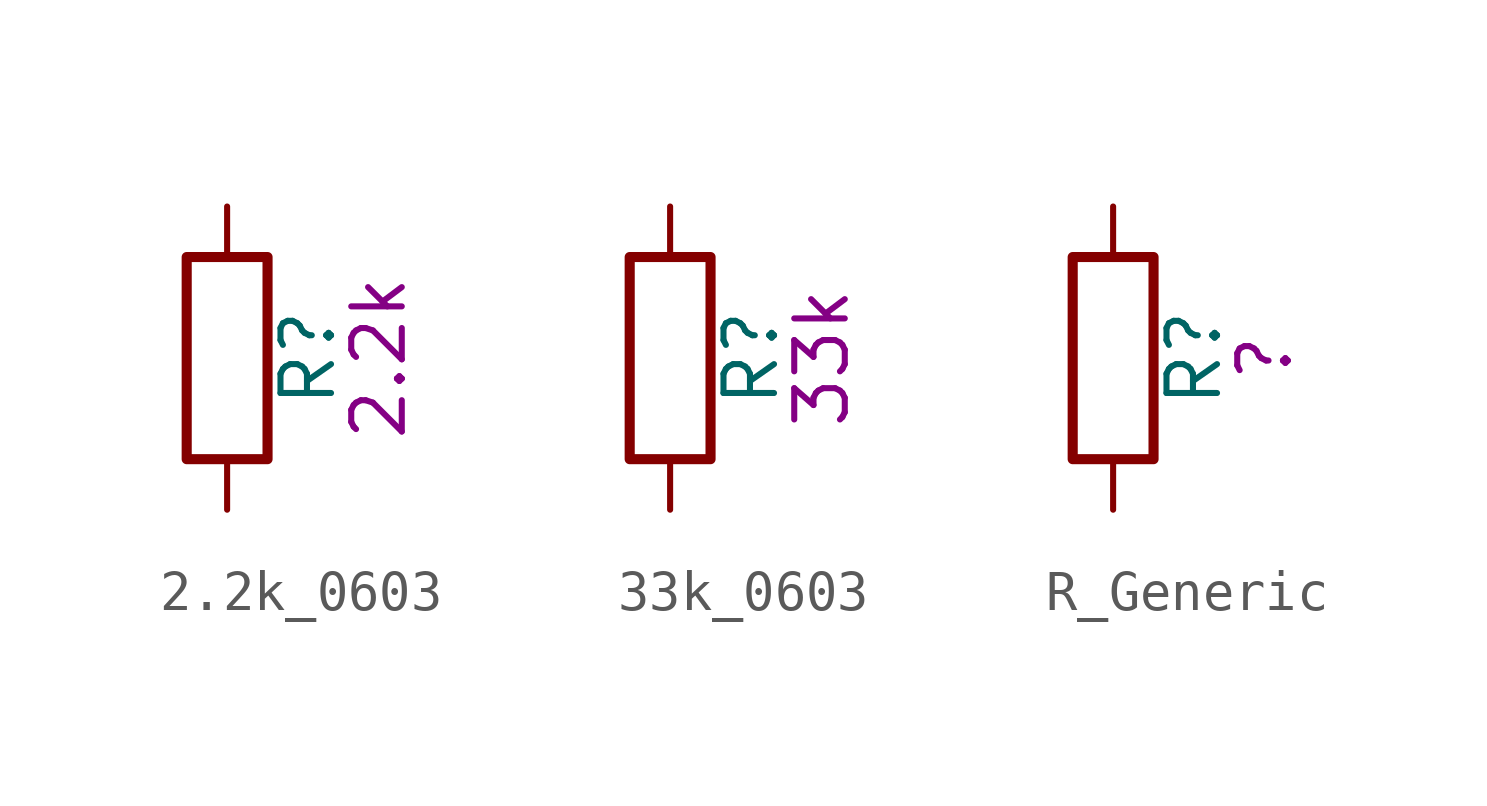
<source format=kicad_sym>
(kicad_symbol_lib
  (version 20211014)
  (generator kicad_symbol_editor)
  (symbol "2.2k_0603"
    (pin_numbers hide)
    (pin_names
      (offset 0))
    (property "Reference" "R"
      (at 2.032 0 90)
      (effects (font (size 1.27 1.27))))
    (property "Display" "2.2k"
      (at 3.81 0 90)
      (effects (font (size 1.27 1.27))))
    (symbol "2.2k_0603_0_1"
      (rectangle (start -1.016 -2.54) (end 1.016 2.54) (stroke (width 0.254) (type default) (color 0 0 0 0)) (fill (type none))))
    (symbol "2.2k_0603_1_1"
      (pin passive line (at 0 3.81 270) (length 1.27) (name "~" (effects (font (size 1.27 1.27)))) (number "1" (effects (font (size 1.27 1.27)))))
      (pin passive line (at 0 -3.81 90) (length 1.27) (name "~" (effects (font (size 1.27 1.27)))) (number "2" (effects (font (size 1.27 1.27)))))))
  (symbol "33k_0603"
    (pin_numbers hide)
    (pin_names
      (offset 0))
    (property "Reference" "R"
      (at 2.032 0 90)
      (effects (font (size 1.27 1.27))))
    (property "Display" "33k"
      (at 3.81 0 90)
      (effects (font (size 1.27 1.27))))
    (symbol "33k_0603_0_1"
      (rectangle (start -1.016 -2.54) (end 1.016 2.54) (stroke (width 0.254) (type default) (color 0 0 0 0)) (fill (type none))))
    (symbol "33k_0603_1_1"
      (pin passive line (at 0 3.81 270) (length 1.27) (name "~" (effects (font (size 1.27 1.27)))) (number "1" (effects (font (size 1.27 1.27)))))
      (pin passive line (at 0 -3.81 90) (length 1.27) (name "~" (effects (font (size 1.27 1.27)))) (number "2" (effects (font (size 1.27 1.27)))))))
  (symbol "R_Generic"
    (pin_numbers hide)
    (pin_names
      (offset 0))
    (property "Reference" "R"
      (at 2.032 0 90)
      (effects (font (size 1.27 1.27))))
    (property "Display" "?"
      (at 3.81 0 90)
      (effects (font (size 1.27 1.27))))
    (symbol "R_Generic_0_1"
      (rectangle (start -1.016 -2.54) (end 1.016 2.54) (stroke (width 0.254) (type default) (color 0 0 0 0)) (fill (type none))))
    (symbol "R_Generic_1_1"
      (pin passive line (at 0 3.81 270) (length 1.27) (name "~" (effects (font (size 1.27 1.27)))) (number "1" (effects (font (size 1.27 1.27)))))
      (pin passive line (at 0 -3.81 90) (length 1.27) (name "~" (effects (font (size 1.27 1.27)))) (number "2" (effects (font (size 1.27 1.27))))))))
</source>
